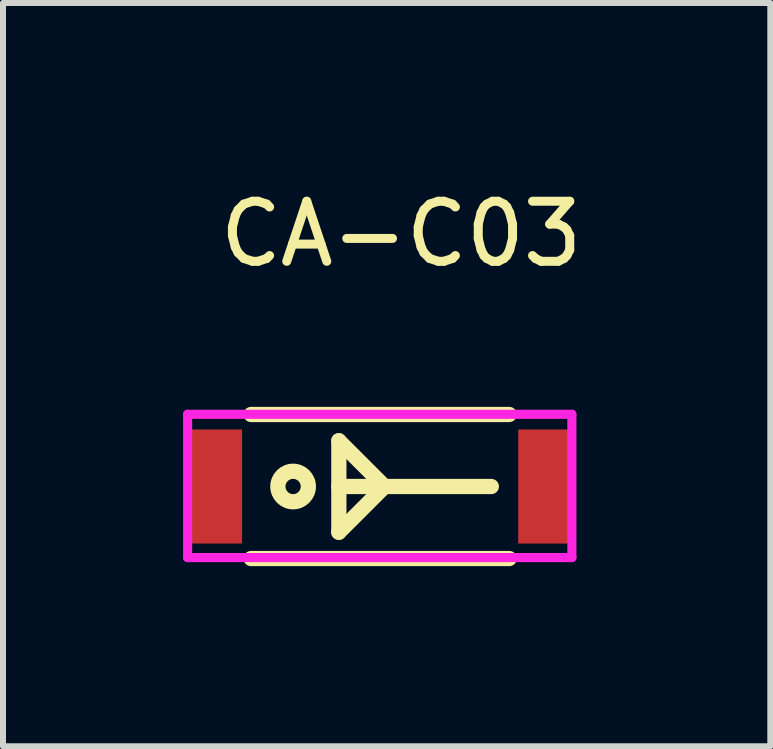
<source format=kicad_pcb>
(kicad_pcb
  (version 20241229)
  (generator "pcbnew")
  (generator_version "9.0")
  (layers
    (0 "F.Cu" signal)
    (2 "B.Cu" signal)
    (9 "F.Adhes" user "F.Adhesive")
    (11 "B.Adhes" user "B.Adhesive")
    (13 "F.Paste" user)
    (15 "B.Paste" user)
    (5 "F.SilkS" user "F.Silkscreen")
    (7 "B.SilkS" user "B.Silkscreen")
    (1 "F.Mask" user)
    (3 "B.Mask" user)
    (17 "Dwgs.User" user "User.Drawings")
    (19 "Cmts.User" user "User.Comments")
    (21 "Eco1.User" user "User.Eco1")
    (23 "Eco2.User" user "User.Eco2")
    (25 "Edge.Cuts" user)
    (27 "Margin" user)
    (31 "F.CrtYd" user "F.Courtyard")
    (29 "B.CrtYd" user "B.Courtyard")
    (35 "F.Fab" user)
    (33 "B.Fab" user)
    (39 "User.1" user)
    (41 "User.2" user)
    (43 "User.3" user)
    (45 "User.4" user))
  (footprint "CA-C03"
    (layer "F.Cu")
    (at 0.533 4.055)
    (property "Reference" "CA-C03" (at 0 -3.207 0) (layer "F.SilkS") (effects (font (size 1 1) (thickness 0.15)) (justify left)))
    (attr smd)
    (fp_line (start 0.6 -0.2) (end 4.9 -0.2) (stroke (width 0.254) (type solid)) (layer "F.SilkS"))
    (fp_line (start 0.6 2.2) (end 4.9 2.2) (stroke (width 0.254) (type solid)) (layer "F.SilkS"))
    (fp_line (start 2.062 0.238) (end 2.062 1.762) (stroke (width 0.254) (type solid)) (layer "F.SilkS"))
    (fp_line (start 2.062 1) (end 4.602 1) (stroke (width 0.254) (type solid)) (layer "F.SilkS"))
    (fp_line (start 2.062 1.762) (end 2.824 1) (stroke (width 0.254) (type solid)) (layer "F.SilkS"))
    (fp_line (start 2.824 1) (end 2.062 0.238) (stroke (width 0.254) (type solid)) (layer "F.SilkS"))
    (fp_circle (center 1.3 1) (end 1.554 1) (stroke (width 0.254) (type solid)) (fill no) (layer "F.SilkS"))
    (fp_line (start -0.457 -0.203) (end 5.944 -0.203) (stroke (width 0.152) (type solid)) (layer "F.CrtYd"))
    (fp_line (start -0.457 2.184) (end -0.457 -0.203) (stroke (width 0.152) (type solid)) (layer "F.CrtYd"))
    (fp_line (start 5.944 -0.203) (end 5.944 2.184) (stroke (width 0.152) (type solid)) (layer "F.CrtYd"))
    (fp_line (start 5.944 2.184) (end -0.457 2.184) (stroke (width 0.152) (type solid)) (layer "F.CrtYd"))
    (pad "" smd rect (at 5.5 1) (size 0.9 1.9) (layers "F.Cu" "F.Mask" "F.Paste"))
    (pad "1" smd rect (at 0 1) (size 0.9 1.9) (layers "F.Cu" "F.Mask" "F.Paste")))
  (gr_rect
    (start -3 -3)
    (end 9.783 9.382)
    (stroke (width 0.1) (type default))
    (fill no)
    (layer "Edge.Cuts")))
</source>
